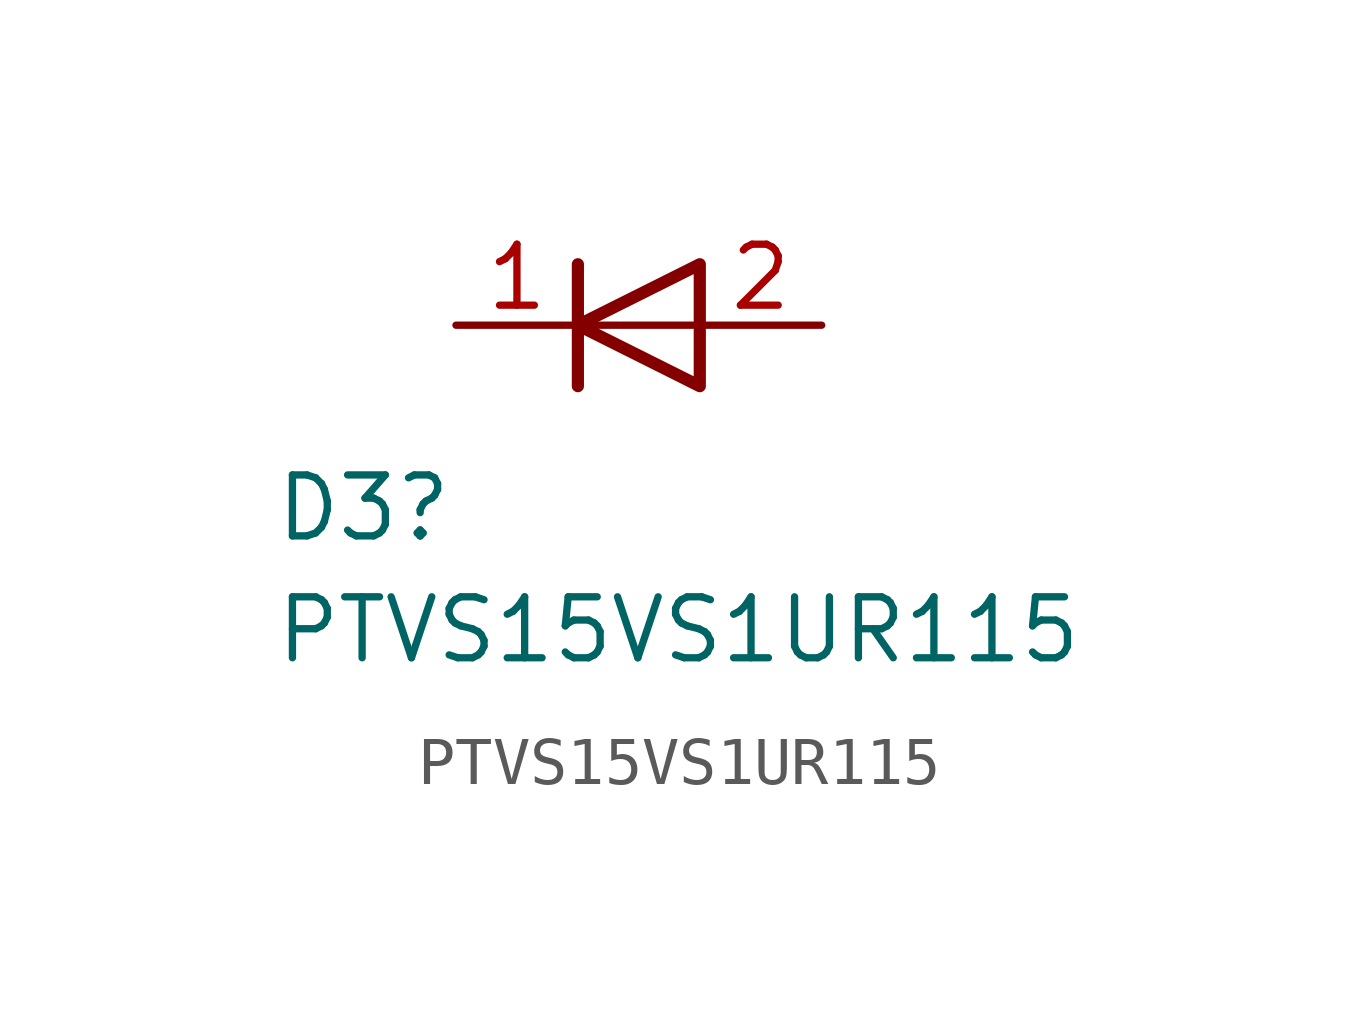
<source format=kicad_sym>
(kicad_symbol_lib
  (version 20231120)
  (generator "kicad_symbol_editor")
  (generator_version "8.0")
  (symbol "PTVS15VS1UR115"
    (pin_names
      (offset 1.016) hide)
    (property "Reference" "D3"
      (at -7.62 -3.81 0)
      (effects (font (size 1.27 1.27)) (justify left)))
    (property "Value" "PTVS15VS1UR115"
      (at -7.62 -6.35 0)
      (effects (font (size 1.27 1.27)) (justify left)))
    (symbol "PTVS15VS1UR115_0_1"
      (polyline (pts (xy -1.27 1.27) (xy -1.27 -1.27)) (stroke (width 0.254) (type default)) (fill (type none)))
      (polyline (pts (xy 1.27 0) (xy -1.27 0)) (stroke (width 0) (type default)) (fill (type none)))
      (polyline (pts (xy 1.27 1.27) (xy 1.27 -1.27) (xy -1.27 0) (xy 1.27 1.27)) (stroke (width 0.254) (type default)) (fill (type none))))
    (symbol "PTVS15VS1UR115_1_1"
      (pin passive line (at -3.81 0 0) (length 2.54) (name "K" (effects (font (size 1.27 1.27)))) (number "1" (effects (font (size 1.27 1.27)))))
      (pin passive line (at 3.81 0 180) (length 2.54) (name "A" (effects (font (size 1.27 1.27)))) (number "2" (effects (font (size 1.27 1.27))))))))
</source>
